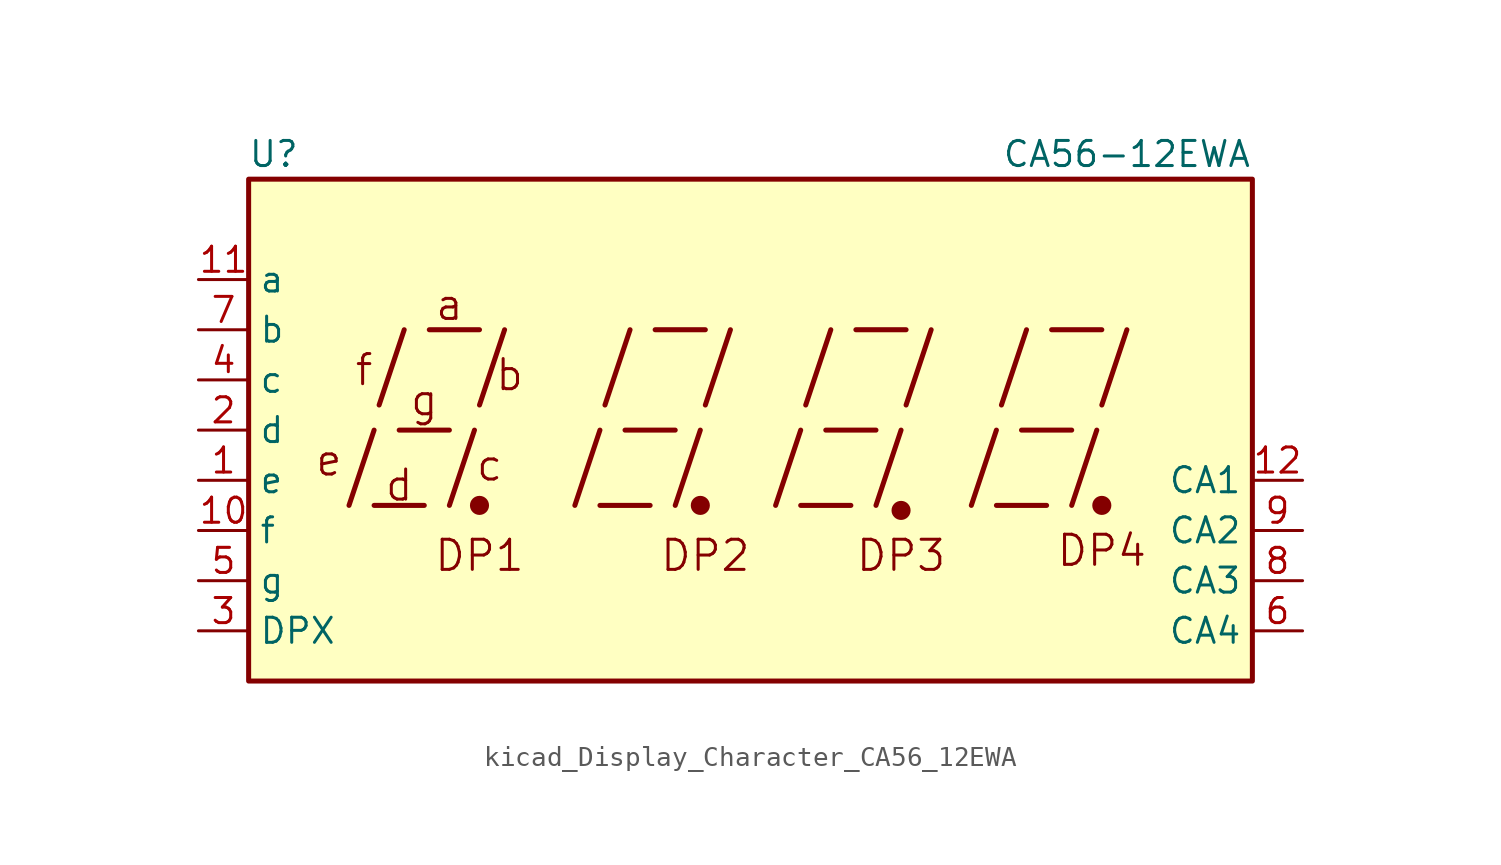
<source format=kicad_sym>
(kicad_symbol_lib
  (version 20220914)
  (generator kicad_symbol_editor)
  (symbol "kicad_Display_Character_CA56_12EWA"
    (property "Reference" "U"
      (at -24.13 13.97 0)
      (effects (font (size 1.27 1.27))))
    (property "Value" "CA56-12EWA"
      (at 19.05 13.97 0)
      (effects (font (size 1.27 1.27))))
    (symbol "kicad_Display_Character_CA56_12EWA_0_0"
      (rectangle (start -25.4 12.7) (end 25.4 -12.7) (stroke (width 0.254) (type default)) (fill (type background)))
      (polyline (pts (xy -20.32 -3.81) (xy -19.05 0)) (stroke (width 0.254) (type default)) (fill (type none)))
      (polyline (pts (xy -19.05 -3.81) (xy -16.51 -3.81)) (stroke (width 0.254) (type default)) (fill (type none)))
      (polyline (pts (xy -18.796 1.27) (xy -17.526 5.08)) (stroke (width 0.254) (type default)) (fill (type none)))
      (polyline (pts (xy -17.78 0) (xy -15.24 0)) (stroke (width 0.254) (type default)) (fill (type none)))
      (polyline (pts (xy -16.256 5.08) (xy -13.716 5.08)) (stroke (width 0.254) (type default)) (fill (type none)))
      (polyline (pts (xy -15.24 -3.81) (xy -13.97 0)) (stroke (width 0.254) (type default)) (fill (type none)))
      (polyline (pts (xy -13.716 1.27) (xy -12.446 5.08)) (stroke (width 0.254) (type default)) (fill (type none)))
      (polyline (pts (xy -8.89 -3.81) (xy -7.62 0)) (stroke (width 0.254) (type default)) (fill (type none)))
      (polyline (pts (xy -7.62 -3.81) (xy -5.08 -3.81)) (stroke (width 0.254) (type default)) (fill (type none)))
      (polyline (pts (xy -7.366 1.27) (xy -6.096 5.08)) (stroke (width 0.254) (type default)) (fill (type none)))
      (polyline (pts (xy -6.35 0) (xy -3.81 0)) (stroke (width 0.254) (type default)) (fill (type none)))
      (polyline (pts (xy -4.826 5.08) (xy -2.286 5.08)) (stroke (width 0.254) (type default)) (fill (type none)))
      (polyline (pts (xy -3.81 -3.81) (xy -2.54 0)) (stroke (width 0.254) (type default)) (fill (type none)))
      (polyline (pts (xy -2.286 1.27) (xy -1.016 5.08)) (stroke (width 0.254) (type default)) (fill (type none)))
      (polyline (pts (xy 1.27 -3.81) (xy 2.54 0)) (stroke (width 0.254) (type default)) (fill (type none)))
      (polyline (pts (xy 2.54 -3.81) (xy 5.08 -3.81)) (stroke (width 0.254) (type default)) (fill (type none)))
      (polyline (pts (xy 2.794 1.27) (xy 4.064 5.08)) (stroke (width 0.254) (type default)) (fill (type none)))
      (polyline (pts (xy 3.81 0) (xy 6.35 0)) (stroke (width 0.254) (type default)) (fill (type none)))
      (polyline (pts (xy 5.334 5.08) (xy 7.874 5.08)) (stroke (width 0.254) (type default)) (fill (type none)))
      (polyline (pts (xy 6.35 -3.81) (xy 7.62 0)) (stroke (width 0.254) (type default)) (fill (type none)))
      (polyline (pts (xy 7.874 1.27) (xy 9.144 5.08)) (stroke (width 0.254) (type default)) (fill (type none)))
      (polyline (pts (xy 11.176 -3.81) (xy 12.446 0)) (stroke (width 0.254) (type default)) (fill (type none)))
      (polyline (pts (xy 12.446 -3.81) (xy 14.986 -3.81)) (stroke (width 0.254) (type default)) (fill (type none)))
      (polyline (pts (xy 12.7 1.27) (xy 13.97 5.08)) (stroke (width 0.254) (type default)) (fill (type none)))
      (polyline (pts (xy 13.716 0) (xy 16.256 0)) (stroke (width 0.254) (type default)) (fill (type none)))
      (polyline (pts (xy 15.24 5.08) (xy 17.78 5.08)) (stroke (width 0.254) (type default)) (fill (type none)))
      (polyline (pts (xy 16.256 -3.81) (xy 17.526 0)) (stroke (width 0.254) (type default)) (fill (type none)))
      (polyline (pts (xy 17.78 1.27) (xy 19.05 5.08)) (stroke (width 0.254) (type default)) (fill (type none)))
      (text "a" (at -15.24 6.35 0) (effects (font (size 1.524 1.524))))
      (text "b" (at -12.192 2.794 0) (effects (font (size 1.524 1.524))))
      (text "c" (at -13.208 -1.778 0) (effects (font (size 1.524 1.524))))
      (text "d" (at -17.78 -2.794 0) (effects (font (size 1.524 1.524))))
      (text "DP1" (at -13.716 -6.35 0) (effects (font (size 1.524 1.524))))
      (text "DP2" (at -2.286 -6.35 0) (effects (font (size 1.524 1.524))))
      (text "DP3" (at 7.62 -6.35 0) (effects (font (size 1.524 1.524))))
      (text "DP4" (at 17.78 -6.096 0) (effects (font (size 1.524 1.524))))
      (text "e" (at -21.336 -1.524 0) (effects (font (size 1.524 1.524))))
      (text "f" (at -19.558 3.048 0) (effects (font (size 1.524 1.524))))
      (text "g" (at -16.51 1.524 0) (effects (font (size 1.524 1.524)))))
    (symbol "kicad_Display_Character_CA56_12EWA_0_1"
      (circle (center -13.716 -3.81) (radius 0.356) (stroke (width 0.254) (type default)) (fill (type outline)))
      (circle (center -2.54 -3.81) (radius 0.356) (stroke (width 0.254) (type default)) (fill (type outline))))
    (symbol "kicad_Display_Character_CA56_12EWA_1_0"
      (circle (center 7.62 -4.064) (radius 0.356) (stroke (width 0.254) (type default)) (fill (type outline)))
      (circle (center 17.78 -3.81) (radius 0.356) (stroke (width 0.254) (type default)) (fill (type outline))))
    (symbol "kicad_Display_Character_CA56_12EWA_1_1"
      (pin input line (at -27.94 -2.54 0) (length 2.54) (name "e" (effects (font (size 1.27 1.27)))) (number "1" (effects (font (size 1.27 1.27)))))
      (pin input line (at -27.94 -5.08 0) (length 2.54) (name "f" (effects (font (size 1.27 1.27)))) (number "10" (effects (font (size 1.27 1.27)))))
      (pin input line (at -27.94 7.62 0) (length 2.54) (name "a" (effects (font (size 1.27 1.27)))) (number "11" (effects (font (size 1.27 1.27)))))
      (pin input line (at 27.94 -2.54 180) (length 2.54) (name "CA1" (effects (font (size 1.27 1.27)))) (number "12" (effects (font (size 1.27 1.27)))))
      (pin input line (at -27.94 0 0) (length 2.54) (name "d" (effects (font (size 1.27 1.27)))) (number "2" (effects (font (size 1.27 1.27)))))
      (pin input line (at -27.94 -10.16 0) (length 2.54) (name "DPX" (effects (font (size 1.27 1.27)))) (number "3" (effects (font (size 1.27 1.27)))))
      (pin input line (at -27.94 2.54 0) (length 2.54) (name "c" (effects (font (size 1.27 1.27)))) (number "4" (effects (font (size 1.27 1.27)))))
      (pin input line (at -27.94 -7.62 0) (length 2.54) (name "g" (effects (font (size 1.27 1.27)))) (number "5" (effects (font (size 1.27 1.27)))))
      (pin input line (at 27.94 -10.16 180) (length 2.54) (name "CA4" (effects (font (size 1.27 1.27)))) (number "6" (effects (font (size 1.27 1.27)))))
      (pin input line (at -27.94 5.08 0) (length 2.54) (name "b" (effects (font (size 1.27 1.27)))) (number "7" (effects (font (size 1.27 1.27)))))
      (pin input line (at 27.94 -7.62 180) (length 2.54) (name "CA3" (effects (font (size 1.27 1.27)))) (number "8" (effects (font (size 1.27 1.27)))))
      (pin input line (at 27.94 -5.08 180) (length 2.54) (name "CA2" (effects (font (size 1.27 1.27)))) (number "9" (effects (font (size 1.27 1.27))))))))
</source>
